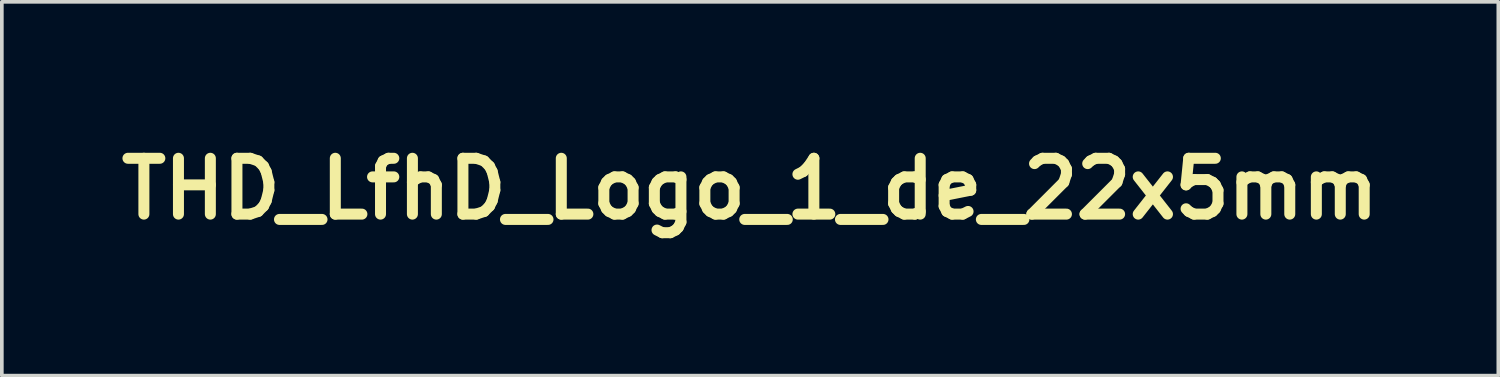
<source format=kicad_pcb>
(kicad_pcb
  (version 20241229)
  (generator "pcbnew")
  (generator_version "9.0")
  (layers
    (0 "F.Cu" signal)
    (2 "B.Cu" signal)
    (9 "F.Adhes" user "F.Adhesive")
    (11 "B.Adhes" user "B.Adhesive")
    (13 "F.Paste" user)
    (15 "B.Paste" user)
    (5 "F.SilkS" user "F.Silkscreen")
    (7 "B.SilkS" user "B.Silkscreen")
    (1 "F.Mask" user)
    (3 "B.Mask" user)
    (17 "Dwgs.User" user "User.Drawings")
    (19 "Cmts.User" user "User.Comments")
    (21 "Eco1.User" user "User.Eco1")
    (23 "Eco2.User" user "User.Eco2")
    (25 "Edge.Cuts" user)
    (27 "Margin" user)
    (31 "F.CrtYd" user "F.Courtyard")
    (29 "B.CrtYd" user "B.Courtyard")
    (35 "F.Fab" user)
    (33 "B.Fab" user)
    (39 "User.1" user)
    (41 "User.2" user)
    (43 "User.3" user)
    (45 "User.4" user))
  (footprint "THD_LfhD_Logo_1_de_22x5mm"
    (layer "F.Cu")
    (at 17.424 2.105)
    (property "Reference" "THD_LfhD_Logo_1_de_22x5mm" (at 0 0 0) (layer "F.SilkS") (effects (font (size 1.524 1.524) (thickness 0.3))))
    (attr through_hole)
    (fp_poly (pts (xy -9.457 1.022) (xy -9.364 1.033) (xy -9.364 1.88) (xy -9.457 1.89) (xy -9.55 1.901) (xy -9.55 1.012) (xy -9.457 1.022)) (stroke (width 0.01) (type solid)) (fill yes) (layer "F.Mask"))
    (fp_poly (pts (xy -5.563 1.022) (xy -5.469 1.033) (xy -5.46 1.465) (xy -5.451 1.897) (xy -5.656 1.897) (xy -5.656 1.012) (xy -5.563 1.022)) (stroke (width 0.01) (type solid)) (fill yes) (layer "F.Mask"))
    (fp_poly (pts (xy -4.411 1.022) (xy -4.318 1.033) (xy -4.309 1.465) (xy -4.299 1.897) (xy -4.504 1.897) (xy -4.504 1.012) (xy -4.411 1.022)) (stroke (width 0.01) (type solid)) (fill yes) (layer "F.Mask"))
    (fp_poly (pts (xy -6.198 1.693) (xy -5.757 1.693) (xy -5.757 1.897) (xy -6.384 1.897) (xy -6.37 1.033) (xy -6.284 1.022) (xy -6.198 1.012) (xy -6.198 1.693)) (stroke (width 0.01) (type solid)) (fill yes) (layer "F.Mask"))
    (fp_poly (pts (xy -1.196 -2.076) (xy -1.185 -2.032) (xy -1.209 -1.975) (xy -1.253 -1.964) (xy -1.31 -1.988) (xy -1.321 -2.032) (xy -1.297 -2.089) (xy -1.253 -2.1) (xy -1.196 -2.076)) (stroke (width 0.01) (type solid)) (fill yes) (layer "F.Mask"))
    (fp_poly (pts (xy -0.926 -2.076) (xy -0.914 -2.032) (xy -0.938 -1.975) (xy -0.982 -1.964) (xy -1.039 -1.988) (xy -1.05 -2.032) (xy -1.026 -2.089) (xy -0.982 -2.1) (xy -0.926 -2.076)) (stroke (width 0.01) (type solid)) (fill yes) (layer "F.Mask"))
    (fp_poly (pts (xy -8.17 1.022) (xy -8.077 1.033) (xy -8.067 1.389) (xy -8.064 1.586) (xy -8.067 1.725) (xy -8.079 1.816) (xy -8.103 1.868) (xy -8.139 1.892) (xy -8.179 1.897) (xy -8.263 1.897) (xy -8.263 1.012) (xy -8.17 1.022)) (stroke (width 0.01) (type solid)) (fill yes) (layer "F.Mask"))
    (fp_poly (pts (xy -7.214 1.118) (xy -7.219 1.183) (xy -7.248 1.212) (xy -7.32 1.219) (xy -7.349 1.219) (xy -7.485 1.219) (xy -7.485 1.897) (xy -7.654 1.897) (xy -7.654 1.219) (xy -7.789 1.219) (xy -7.876 1.215) (xy -7.915 1.193) (xy -7.925 1.139) (xy -7.925 1.118) (xy -7.925 1.016) (xy -7.214 1.016) (xy -7.214 1.118)) (stroke (width 0.01) (type solid)) (fill yes) (layer "F.Mask"))
    (fp_poly (pts (xy 2.167 2.066) (xy 1.591 2.066) (xy 1.364 2.064) (xy 1.198 2.06) (xy 1.087 2.052) (xy 1.022 2.04) (xy 0.998 2.024) (xy 0.995 1.982) (xy 0.992 1.88) (xy 0.99 1.723) (xy 0.989 1.518) (xy 0.988 1.272) (xy 0.988 0.991) (xy 0.989 0.682) (xy 0.99 0.351) (xy 0.99 0.271) (xy 0.999 -1.439) (xy 1.583 -1.449) (xy 2.167 -1.458) (xy 2.167 2.066)) (stroke (width 0.01) (type solid)) (fill yes) (layer "F.Mask"))
    (fp_poly (pts (xy 4.707 -1.693) (xy 2.743 -1.693) (xy 2.743 2.032) (xy 2.644 2.032) (xy 2.556 2.038) (xy 2.499 2.05) (xy 2.443 2.053) (xy 2.428 2.044) (xy 2.424 2.007) (xy 2.42 1.908) (xy 2.416 1.754) (xy 2.412 1.551) (xy 2.41 1.305) (xy 2.407 1.022) (xy 2.406 0.709) (xy 2.405 0.372) (xy 2.405 0.164) (xy 2.405 -1.693) (xy 0.44 -1.693) (xy 0.44 -2.032) (xy 4.707 -2.032) (xy 4.707 -1.693)) (stroke (width 0.01) (type solid)) (fill yes) (layer "F.Mask"))
    (fp_poly (pts (xy 6.426 0.025) (xy 6.418 2.083) (xy 6.298 2.093) (xy 6.212 2.093) (xy 6.157 2.081) (xy 6.154 2.079) (xy 6.148 2.04) (xy 6.142 1.942) (xy 6.137 1.795) (xy 6.133 1.606) (xy 6.131 1.386) (xy 6.13 1.143) (xy 6.13 1.13) (xy 6.13 0.205) (xy 5.563 0.196) (xy 4.995 0.186) (xy 4.985 0.025) (xy 4.975 -0.135) (xy 6.13 -0.135) (xy 6.13 -2.032) (xy 6.283 -2.032) (xy 6.435 -2.032) (xy 6.426 0.025)) (stroke (width 0.01) (type solid)) (fill yes) (layer "F.Mask"))
    (fp_poly (pts (xy -10.235 -0.403) (xy -10.205 -0.38) (xy -10.195 -0.321) (xy -10.194 -0.237) (xy -10.194 -0.068) (xy -9.855 -0.068) (xy -9.855 -0.237) (xy -9.852 -0.338) (xy -9.838 -0.388) (xy -9.805 -0.405) (xy -9.771 -0.406) (xy -9.686 -0.406) (xy -9.686 0.474) (xy -9.771 0.474) (xy -9.821 0.469) (xy -9.846 0.441) (xy -9.854 0.373) (xy -9.855 0.305) (xy -9.855 0.135) (xy -10.194 0.135) (xy -10.194 0.305) (xy -10.196 0.405) (xy -10.21 0.455) (xy -10.245 0.472) (xy -10.295 0.474) (xy -10.397 0.474) (xy -10.397 -0.406) (xy -10.295 -0.406) (xy -10.235 -0.403)) (stroke (width 0.01) (type solid)) (fill yes) (layer "F.Mask"))
    (fp_poly (pts (xy -1.295 -0.403) (xy -1.265 -0.38) (xy -1.254 -0.321) (xy -1.253 -0.237) (xy -1.253 -0.068) (xy -0.914 -0.068) (xy -0.914 -0.237) (xy -0.912 -0.338) (xy -0.898 -0.388) (xy -0.864 -0.405) (xy -0.83 -0.406) (xy -0.745 -0.406) (xy -0.745 0.474) (xy -0.83 0.474) (xy -0.88 0.469) (xy -0.905 0.441) (xy -0.914 0.373) (xy -0.914 0.305) (xy -0.914 0.135) (xy -1.253 0.135) (xy -1.253 0.305) (xy -1.255 0.405) (xy -1.269 0.455) (xy -1.304 0.472) (xy -1.355 0.474) (xy -1.456 0.474) (xy -1.456 -0.406) (xy -1.355 -0.406) (xy -1.295 -0.403)) (stroke (width 0.01) (type solid)) (fill yes) (layer "F.Mask"))
    (fp_poly (pts (xy -10.168 1.017) (xy -10.015 1.022) (xy -9.91 1.04) (xy -9.835 1.079) (xy -9.772 1.145) (xy -9.744 1.184) (xy -9.703 1.288) (xy -9.686 1.428) (xy -9.695 1.574) (xy -9.728 1.699) (xy -9.742 1.728) (xy -9.808 1.81) (xy -9.896 1.862) (xy -10.023 1.889) (xy -10.195 1.897) (xy -10.431 1.897) (xy -10.431 1.219) (xy -10.228 1.219) (xy -10.228 1.693) (xy -10.094 1.693) (xy -9.987 1.68) (xy -9.92 1.634) (xy -9.908 1.618) (xy -9.868 1.527) (xy -9.855 1.443) (xy -9.882 1.324) (xy -9.96 1.248) (xy -10.085 1.219) (xy -10.098 1.219) (xy -10.228 1.219) (xy -10.431 1.219) (xy -10.431 1.016) (xy -10.168 1.017)) (stroke (width 0.01) (type solid)) (fill yes) (layer "F.Mask"))
    (fp_poly (pts (xy -3.353 -0.203) (xy -3.59 -0.203) (xy -3.714 -0.201) (xy -3.786 -0.193) (xy -3.818 -0.174) (xy -3.827 -0.141) (xy -3.827 -0.135) (xy -3.82 -0.099) (xy -3.79 -0.078) (xy -3.72 -0.07) (xy -3.607 -0.068) (xy -3.387 -0.068) (xy -3.387 0.135) (xy -3.607 0.135) (xy -3.726 0.138) (xy -3.793 0.147) (xy -3.821 0.169) (xy -3.827 0.202) (xy -3.82 0.236) (xy -3.788 0.258) (xy -3.719 0.27) (xy -3.597 0.277) (xy -3.581 0.278) (xy -3.455 0.284) (xy -3.381 0.295) (xy -3.344 0.315) (xy -3.329 0.352) (xy -3.325 0.381) (xy -3.314 0.474) (xy -4.03 0.474) (xy -4.03 -0.406) (xy -3.353 -0.406) (xy -3.353 -0.203)) (stroke (width 0.01) (type solid)) (fill yes) (layer "F.Mask"))
    (fp_poly (pts (xy -1.636 -1.803) (xy -1.647 -1.752) (xy -1.674 -1.723) (xy -1.734 -1.709) (xy -1.843 -1.701) (xy -1.857 -1.7) (xy -1.973 -1.692) (xy -2.036 -1.677) (xy -2.062 -1.651) (xy -2.066 -1.624) (xy -2.057 -1.586) (xy -2.021 -1.566) (xy -1.941 -1.559) (xy -1.88 -1.558) (xy -1.773 -1.556) (xy -1.718 -1.545) (xy -1.697 -1.515) (xy -1.693 -1.458) (xy -1.693 -1.456) (xy -1.696 -1.398) (xy -1.717 -1.368) (xy -1.771 -1.356) (xy -1.877 -1.355) (xy -2.066 -1.355) (xy -2.066 -1.185) (xy -2.068 -1.085) (xy -2.082 -1.035) (xy -2.117 -1.018) (xy -2.167 -1.016) (xy -2.269 -1.016) (xy -2.269 -1.897) (xy -1.623 -1.897) (xy -1.636 -1.803)) (stroke (width 0.01) (type solid)) (fill yes) (layer "F.Mask"))
    (fp_poly (pts (xy -7.317 -0.397) (xy -7.187 -0.362) (xy -7.099 -0.294) (xy -7.038 -0.181) (xy -6.997 -0.032) (xy -6.997 0.1) (xy -7.038 0.243) (xy -7.11 0.365) (xy -7.137 0.394) (xy -7.19 0.435) (xy -7.251 0.459) (xy -7.338 0.471) (xy -7.473 0.474) (xy -7.489 0.474) (xy -7.755 0.474) (xy -7.755 -0.203) (xy -7.552 -0.203) (xy -7.552 0.271) (xy -7.419 0.271) (xy -7.314 0.257) (xy -7.238 0.222) (xy -7.233 0.218) (xy -7.194 0.139) (xy -7.181 0.03) (xy -7.195 -0.078) (xy -7.233 -0.15) (xy -7.304 -0.186) (xy -7.407 -0.203) (xy -7.419 -0.203) (xy -7.552 -0.203) (xy -7.755 -0.203) (xy -7.755 -0.406) (xy -7.5 -0.406) (xy -7.317 -0.397)) (stroke (width 0.01) (type solid)) (fill yes) (layer "F.Mask"))
    (fp_poly (pts (xy 7.343 -2.025) (xy 7.354 -2.025) (xy 7.874 -2.015) (xy 7.874 2.049) (xy 7.33 2.058) (xy 7.145 2.06) (xy 6.983 2.059) (xy 6.858 2.055) (xy 6.781 2.049) (xy 6.763 2.044) (xy 6.759 2.007) (xy 6.755 1.908) (xy 6.751 1.753) (xy 6.748 1.549) (xy 6.745 1.301) (xy 6.743 1.015) (xy 6.741 0.698) (xy 6.74 0.355) (xy 6.739 0.032) (xy 6.74 -0.394) (xy 6.74 -0.757) (xy 6.742 -1.062) (xy 6.744 -1.314) (xy 6.747 -1.518) (xy 6.751 -1.678) (xy 6.756 -1.8) (xy 6.762 -1.888) (xy 6.769 -1.946) (xy 6.778 -1.981) (xy 6.787 -1.995) (xy 6.838 -2.012) (xy 6.945 -2.023) (xy 7.112 -2.027) (xy 7.343 -2.025)) (stroke (width 0.01) (type solid)) (fill yes) (layer "F.Mask"))
    (fp_poly (pts (xy -3.091 -0.4) (xy -3.037 -0.384) (xy -2.986 -0.341) (xy -2.928 -0.258) (xy -2.862 -0.145) (xy -2.797 -0.032) (xy -2.742 0.054) (xy -2.707 0.098) (xy -2.701 0.101) (xy -2.689 0.07) (xy -2.68 -0.012) (xy -2.676 -0.129) (xy -2.675 -0.152) (xy -2.674 -0.282) (xy -2.668 -0.357) (xy -2.652 -0.394) (xy -2.621 -0.405) (xy -2.591 -0.406) (xy -2.506 -0.406) (xy -2.506 0.474) (xy -2.599 0.474) (xy -2.649 0.466) (xy -2.695 0.435) (xy -2.746 0.371) (xy -2.815 0.262) (xy -2.845 0.211) (xy -2.997 -0.051) (xy -3.007 0.212) (xy -3.013 0.344) (xy -3.023 0.422) (xy -3.04 0.46) (xy -3.071 0.473) (xy -3.1 0.474) (xy -3.183 0.474) (xy -3.183 -0.411) (xy -3.091 -0.4)) (stroke (width 0.01) (type solid)) (fill yes) (layer "F.Mask"))
    (fp_poly (pts (xy -2.269 1.314) (xy -2.265 1.481) (xy -2.25 1.592) (xy -2.218 1.657) (xy -2.166 1.687) (xy -2.1 1.693) (xy -2.025 1.684) (xy -1.976 1.65) (xy -1.947 1.58) (xy -1.933 1.463) (xy -1.93 1.314) (xy -1.93 1.172) (xy -1.925 1.084) (xy -1.913 1.037) (xy -1.889 1.019) (xy -1.85 1.016) (xy -1.846 1.016) (xy -1.761 1.016) (xy -1.761 1.373) (xy -1.762 1.534) (xy -1.767 1.641) (xy -1.778 1.711) (xy -1.8 1.758) (xy -1.834 1.798) (xy -1.851 1.813) (xy -1.959 1.875) (xy -2.095 1.899) (xy -2.232 1.886) (xy -2.336 1.836) (xy -2.402 1.743) (xy -2.445 1.586) (xy -2.468 1.366) (xy -2.471 1.245) (xy -2.472 1.016) (xy -2.269 1.016) (xy -2.269 1.314)) (stroke (width 0.01) (type solid)) (fill yes) (layer "F.Mask"))
    (fp_poly (pts (xy 4.7 0.22) (xy 4.701 0.551) (xy 4.702 0.864) (xy 4.702 1.15) (xy 4.701 1.404) (xy 4.7 1.618) (xy 4.697 1.786) (xy 4.695 1.9) (xy 4.691 1.954) (xy 4.691 1.956) (xy 4.682 1.984) (xy 4.664 2.004) (xy 4.628 2.018) (xy 4.564 2.026) (xy 4.46 2.03) (xy 4.309 2.032) (xy 4.115 2.032) (xy 3.909 2.032) (xy 3.761 2.03) (xy 3.661 2.026) (xy 3.598 2.017) (xy 3.564 2.003) (xy 3.547 1.982) (xy 3.539 1.956) (xy 3.535 1.908) (xy 3.532 1.798) (xy 3.53 1.635) (xy 3.529 1.425) (xy 3.528 1.175) (xy 3.527 0.891) (xy 3.528 0.581) (xy 3.53 0.251) (xy 3.53 0.22) (xy 3.539 -1.439) (xy 4.691 -1.439) (xy 4.7 0.22)) (stroke (width 0.01) (type solid)) (fill yes) (layer "F.Mask"))
    (fp_poly (pts (xy 0.102 -0.203) (xy -0.135 -0.203) (xy -0.26 -0.201) (xy -0.331 -0.193) (xy -0.364 -0.174) (xy -0.372 -0.141) (xy -0.373 -0.135) (xy -0.366 -0.099) (xy -0.335 -0.078) (xy -0.266 -0.07) (xy -0.152 -0.068) (xy 0.068 -0.068) (xy 0.068 0.135) (xy -0.152 0.135) (xy -0.272 0.138) (xy -0.338 0.147) (xy -0.367 0.168) (xy -0.373 0.203) (xy -0.366 0.239) (xy -0.337 0.259) (xy -0.271 0.269) (xy -0.153 0.271) (xy -0.138 0.271) (xy -0.012 0.273) (xy 0.063 0.283) (xy 0.101 0.305) (xy 0.118 0.338) (xy 0.129 0.396) (xy 0.111 0.435) (xy 0.055 0.459) (xy -0.049 0.471) (xy -0.21 0.474) (xy -0.239 0.474) (xy -0.576 0.474) (xy -0.576 -0.406) (xy 0.102 -0.406) (xy 0.102 -0.203)) (stroke (width 0.01) (type solid)) (fill yes) (layer "F.Mask"))
    (fp_poly (pts (xy -3.488 1.219) (xy -3.725 1.219) (xy -3.85 1.221) (xy -3.921 1.229) (xy -3.954 1.248) (xy -3.962 1.282) (xy -3.962 1.287) (xy -3.956 1.324) (xy -3.925 1.344) (xy -3.856 1.353) (xy -3.742 1.355) (xy -3.522 1.355) (xy -3.522 1.558) (xy -3.742 1.558) (xy -3.862 1.56) (xy -3.928 1.57) (xy -3.957 1.591) (xy -3.962 1.624) (xy -3.955 1.659) (xy -3.924 1.68) (xy -3.854 1.692) (xy -3.733 1.7) (xy -3.717 1.7) (xy -3.59 1.707) (xy -3.517 1.717) (xy -3.482 1.736) (xy -3.472 1.771) (xy -3.471 1.795) (xy -3.474 1.833) (xy -3.488 1.858) (xy -3.528 1.873) (xy -3.605 1.881) (xy -3.731 1.887) (xy -3.818 1.889) (xy -4.166 1.899) (xy -4.166 1.016) (xy -3.488 1.016) (xy -3.488 1.219)) (stroke (width 0.01) (type solid)) (fill yes) (layer "F.Mask"))
    (fp_poly (pts (xy -3.862 -1.867) (xy -3.731 -1.783) (xy -3.643 -1.648) (xy -3.623 -1.589) (xy -3.607 -1.416) (xy -3.649 -1.254) (xy -3.744 -1.12) (xy -3.762 -1.103) (xy -3.897 -1.031) (xy -4.051 -1.012) (xy -4.202 -1.045) (xy -4.298 -1.103) (xy -4.4 -1.231) (xy -4.45 -1.39) (xy -4.447 -1.479) (xy -4.267 -1.479) (xy -4.244 -1.343) (xy -4.174 -1.257) (xy -4.059 -1.22) (xy -4.03 -1.219) (xy -3.923 -1.233) (xy -3.856 -1.281) (xy -3.846 -1.294) (xy -3.8 -1.403) (xy -3.797 -1.517) (xy -3.838 -1.612) (xy -3.868 -1.641) (xy -3.982 -1.689) (xy -4.095 -1.686) (xy -4.191 -1.639) (xy -4.253 -1.555) (xy -4.267 -1.479) (xy -4.447 -1.479) (xy -4.444 -1.563) (xy -4.437 -1.589) (xy -4.366 -1.741) (xy -4.249 -1.844) (xy -4.093 -1.893) (xy -4.03 -1.897) (xy -3.862 -1.867)) (stroke (width 0.01) (type solid)) (fill yes) (layer "F.Mask"))
    (fp_poly (pts (xy -1.464 1.022) (xy -1.406 1.043) (xy -1.348 1.097) (xy -1.28 1.198) (xy -1.252 1.245) (xy -1.168 1.388) (xy -1.111 1.471) (xy -1.076 1.497) (xy -1.058 1.466) (xy -1.051 1.378) (xy -1.05 1.277) (xy -1.049 1.145) (xy -1.043 1.068) (xy -1.027 1.03) (xy -0.997 1.017) (xy -0.965 1.016) (xy -0.881 1.016) (xy -0.881 1.897) (xy -0.974 1.896) (xy -1.023 1.888) (xy -1.069 1.858) (xy -1.121 1.794) (xy -1.189 1.684) (xy -1.219 1.634) (xy -1.372 1.372) (xy -1.381 1.634) (xy -1.388 1.766) (xy -1.397 1.844) (xy -1.415 1.883) (xy -1.445 1.895) (xy -1.473 1.897) (xy -1.539 1.887) (xy -1.564 1.871) (xy -1.568 1.829) (xy -1.569 1.734) (xy -1.568 1.598) (xy -1.565 1.437) (xy -1.564 1.429) (xy -1.554 1.012) (xy -1.464 1.022)) (stroke (width 0.01) (type solid)) (fill yes) (layer "F.Mask"))
    (fp_poly (pts (xy -1.431 -1.89) (xy -1.386 -1.883) (xy -1.357 -1.863) (xy -1.342 -1.818) (xy -1.333 -1.733) (xy -1.328 -1.594) (xy -1.328 -1.593) (xy -1.318 -1.427) (xy -1.298 -1.317) (xy -1.265 -1.254) (xy -1.211 -1.225) (xy -1.154 -1.219) (xy -1.078 -1.228) (xy -1.028 -1.261) (xy -0.999 -1.331) (xy -0.985 -1.447) (xy -0.982 -1.599) (xy -0.981 -1.741) (xy -0.977 -1.829) (xy -0.964 -1.875) (xy -0.941 -1.893) (xy -0.902 -1.897) (xy -0.897 -1.897) (xy -0.813 -1.897) (xy -0.813 -1.539) (xy -0.814 -1.379) (xy -0.818 -1.271) (xy -0.83 -1.202) (xy -0.851 -1.154) (xy -0.886 -1.115) (xy -0.902 -1.099) (xy -1.011 -1.038) (xy -1.147 -1.013) (xy -1.283 -1.027) (xy -1.388 -1.076) (xy -1.453 -1.169) (xy -1.497 -1.324) (xy -1.519 -1.542) (xy -1.523 -1.67) (xy -1.524 -1.901) (xy -1.431 -1.89)) (stroke (width 0.01) (type solid)) (fill yes) (layer "F.Mask"))
    (fp_poly (pts (xy -4.865 1.034) (xy -4.763 1.086) (xy -4.694 1.16) (xy -4.674 1.228) (xy -4.702 1.274) (xy -4.756 1.287) (xy -4.828 1.274) (xy -4.86 1.253) (xy -4.905 1.23) (xy -4.987 1.219) (xy -4.997 1.219) (xy -5.083 1.235) (xy -5.115 1.271) (xy -5.09 1.312) (xy -5.021 1.339) (xy -4.847 1.393) (xy -4.719 1.469) (xy -4.643 1.561) (xy -4.626 1.662) (xy -4.637 1.702) (xy -4.712 1.814) (xy -4.837 1.878) (xy -4.989 1.897) (xy -5.103 1.888) (xy -5.184 1.856) (xy -5.252 1.798) (xy -5.329 1.708) (xy -5.348 1.653) (xy -5.309 1.633) (xy -5.241 1.64) (xy -5.079 1.671) (xy -4.969 1.687) (xy -4.899 1.689) (xy -4.861 1.681) (xy -4.825 1.645) (xy -4.838 1.6) (xy -4.889 1.565) (xy -4.933 1.558) (xy -5.024 1.541) (xy -5.13 1.498) (xy -5.226 1.441) (xy -5.288 1.385) (xy -5.296 1.37) (xy -5.315 1.252) (xy -5.272 1.14) (xy -5.247 1.105) (xy -5.189 1.048) (xy -5.118 1.022) (xy -5.014 1.016) (xy -4.865 1.034)) (stroke (width 0.01) (type solid)) (fill yes) (layer "F.Mask"))
    (fp_poly (pts (xy -8.683 1.024) (xy -8.603 1.054) (xy -8.532 1.115) (xy -8.458 1.199) (xy -8.438 1.257) (xy -8.47 1.302) (xy -8.504 1.323) (xy -8.566 1.341) (xy -8.624 1.313) (xy -8.65 1.29) (xy -8.757 1.227) (xy -8.867 1.222) (xy -8.963 1.268) (xy -9.029 1.359) (xy -9.05 1.458) (xy -9.025 1.574) (xy -8.945 1.652) (xy -8.815 1.69) (xy -8.751 1.693) (xy -8.656 1.685) (xy -8.608 1.665) (xy -8.613 1.641) (xy -8.678 1.622) (xy -8.695 1.619) (xy -8.768 1.595) (xy -8.797 1.531) (xy -8.799 1.516) (xy -8.802 1.464) (xy -8.786 1.436) (xy -8.736 1.425) (xy -8.637 1.422) (xy -8.604 1.422) (xy -8.399 1.422) (xy -8.399 1.543) (xy -8.408 1.644) (xy -8.431 1.723) (xy -8.433 1.727) (xy -8.507 1.803) (xy -8.626 1.862) (xy -8.769 1.894) (xy -8.825 1.897) (xy -8.933 1.885) (xy -9.021 1.842) (xy -9.088 1.785) (xy -9.191 1.65) (xy -9.237 1.502) (xy -9.231 1.354) (xy -9.177 1.22) (xy -9.081 1.11) (xy -8.945 1.038) (xy -8.798 1.016) (xy -8.683 1.024)) (stroke (width 0.01) (type solid)) (fill yes) (layer "F.Mask"))
    (fp_poly (pts (xy -8.17 -0.402) (xy -8.057 -0.385) (xy -7.984 -0.349) (xy -7.938 -0.288) (xy -7.911 -0.216) (xy -7.907 -0.12) (xy -7.939 -0.024) (xy -7.997 0.044) (xy -8.027 0.058) (xy -8.086 0.09) (xy -8.084 0.132) (xy -8.061 0.152) (xy -8.024 0.19) (xy -7.965 0.265) (xy -7.924 0.323) (xy -7.82 0.474) (xy -7.932 0.474) (xy -8.004 0.465) (xy -8.064 0.429) (xy -8.133 0.353) (xy -8.162 0.313) (xy -8.244 0.219) (xy -8.32 0.157) (xy -8.357 0.142) (xy -8.402 0.141) (xy -8.424 0.167) (xy -8.432 0.235) (xy -8.433 0.302) (xy -8.435 0.404) (xy -8.448 0.454) (xy -8.483 0.472) (xy -8.534 0.474) (xy -8.636 0.474) (xy -8.636 -0.135) (xy -8.433 -0.135) (xy -8.424 -0.095) (xy -8.386 -0.075) (xy -8.303 -0.068) (xy -8.263 -0.068) (xy -8.162 -0.071) (xy -8.111 -0.086) (xy -8.095 -0.12) (xy -8.094 -0.135) (xy -8.103 -0.176) (xy -8.141 -0.196) (xy -8.224 -0.203) (xy -8.263 -0.203) (xy -8.365 -0.2) (xy -8.416 -0.184) (xy -8.432 -0.151) (xy -8.433 -0.135) (xy -8.636 -0.135) (xy -8.636 -0.406) (xy -8.336 -0.406) (xy -8.17 -0.402)) (stroke (width 0.01) (type solid)) (fill yes) (layer "F.Mask"))
    (fp_poly (pts (xy -5.394 -0.386) (xy -5.36 -0.369) (xy -5.327 -0.329) (xy -5.288 -0.254) (xy -5.237 -0.136) (xy -5.175 0.015) (xy -5.114 0.169) (xy -5.063 0.301) (xy -5.028 0.397) (xy -5.013 0.445) (xy -5.012 0.447) (xy -5.042 0.466) (xy -5.111 0.474) (xy -5.185 0.462) (xy -5.222 0.412) (xy -5.232 0.373) (xy -5.251 0.312) (xy -5.283 0.282) (xy -5.351 0.272) (xy -5.424 0.271) (xy -5.527 0.274) (xy -5.584 0.292) (xy -5.617 0.335) (xy -5.632 0.373) (xy -5.676 0.448) (xy -5.742 0.473) (xy -5.765 0.474) (xy -5.833 0.471) (xy -5.858 0.466) (xy -5.847 0.433) (xy -5.815 0.348) (xy -5.768 0.225) (xy -5.711 0.073) (xy -5.695 0.034) (xy -5.692 0.025) (xy -5.513 0.025) (xy -5.509 0.059) (xy -5.466 0.068) (xy -5.433 0.068) (xy -5.372 0.059) (xy -5.362 0.021) (xy -5.369 -0.008) (xy -5.406 -0.096) (xy -5.443 -0.116) (xy -5.479 -0.069) (xy -5.485 -0.054) (xy -5.513 0.025) (xy -5.692 0.025) (xy -5.629 -0.137) (xy -5.58 -0.254) (xy -5.543 -0.328) (xy -5.511 -0.369) (xy -5.478 -0.386) (xy -5.439 -0.389) (xy -5.436 -0.389) (xy -5.394 -0.386)) (stroke (width 0.01) (type solid)) (fill yes) (layer "F.Mask"))
    (fp_poly (pts (xy -4.444 -0.402) (xy -4.331 -0.385) (xy -4.259 -0.349) (xy -4.213 -0.288) (xy -4.186 -0.216) (xy -4.182 -0.12) (xy -4.214 -0.024) (xy -4.271 0.044) (xy -4.301 0.058) (xy -4.356 0.079) (xy -4.369 0.091) (xy -4.35 0.123) (xy -4.301 0.193) (xy -4.25 0.261) (xy -4.174 0.366) (xy -4.14 0.43) (xy -4.149 0.463) (xy -4.198 0.474) (xy -4.225 0.474) (xy -4.293 0.459) (xy -4.36 0.407) (xy -4.437 0.313) (xy -4.519 0.219) (xy -4.595 0.157) (xy -4.632 0.142) (xy -4.676 0.141) (xy -4.699 0.167) (xy -4.707 0.235) (xy -4.707 0.302) (xy -4.71 0.404) (xy -4.723 0.454) (xy -4.758 0.472) (xy -4.809 0.474) (xy -4.911 0.474) (xy -4.911 -0.135) (xy -4.707 -0.135) (xy -4.699 -0.095) (xy -4.661 -0.075) (xy -4.577 -0.068) (xy -4.538 -0.068) (xy -4.437 -0.071) (xy -4.386 -0.086) (xy -4.37 -0.12) (xy -4.369 -0.135) (xy -4.378 -0.176) (xy -4.416 -0.196) (xy -4.499 -0.203) (xy -4.538 -0.203) (xy -4.64 -0.2) (xy -4.69 -0.184) (xy -4.707 -0.151) (xy -4.707 -0.135) (xy -4.911 -0.135) (xy -4.911 -0.406) (xy -4.611 -0.406) (xy -4.444 -0.402)) (stroke (width 0.01) (type solid)) (fill yes) (layer "F.Mask"))
    (fp_poly (pts (xy -3.022 -1.892) (xy -2.909 -1.875) (xy -2.836 -1.839) (xy -2.79 -1.778) (xy -2.763 -1.706) (xy -2.759 -1.61) (xy -2.792 -1.515) (xy -2.849 -1.446) (xy -2.879 -1.432) (xy -2.934 -1.413) (xy -2.946 -1.402) (xy -2.928 -1.37) (xy -2.879 -1.302) (xy -2.828 -1.234) (xy -2.751 -1.127) (xy -2.717 -1.062) (xy -2.727 -1.028) (xy -2.778 -1.017) (xy -2.803 -1.016) (xy -2.87 -1.031) (xy -2.938 -1.083) (xy -3.015 -1.177) (xy -3.096 -1.272) (xy -3.173 -1.334) (xy -3.209 -1.349) (xy -3.254 -1.349) (xy -3.277 -1.323) (xy -3.284 -1.255) (xy -3.285 -1.188) (xy -3.287 -1.087) (xy -3.3 -1.036) (xy -3.335 -1.018) (xy -3.387 -1.016) (xy -3.488 -1.016) (xy -3.488 -1.626) (xy -3.285 -1.626) (xy -3.276 -1.585) (xy -3.238 -1.565) (xy -3.155 -1.558) (xy -3.116 -1.558) (xy -3.014 -1.561) (xy -2.964 -1.577) (xy -2.947 -1.61) (xy -2.946 -1.626) (xy -2.955 -1.666) (xy -2.993 -1.686) (xy -3.077 -1.693) (xy -3.116 -1.693) (xy -3.217 -1.69) (xy -3.268 -1.675) (xy -3.284 -1.641) (xy -3.285 -1.626) (xy -3.488 -1.626) (xy -3.488 -1.897) (xy -3.189 -1.897) (xy -3.022 -1.892)) (stroke (width 0.01) (type solid)) (fill yes) (layer "F.Mask"))
    (fp_poly (pts (xy -2.885 1.021) (xy -2.771 1.039) (xy -2.697 1.077) (xy -2.652 1.141) (xy -2.624 1.228) (xy -2.624 1.32) (xy -2.658 1.41) (xy -2.714 1.474) (xy -2.761 1.49) (xy -2.798 1.495) (xy -2.804 1.518) (xy -2.777 1.569) (xy -2.711 1.659) (xy -2.692 1.683) (xy -2.616 1.789) (xy -2.582 1.852) (xy -2.591 1.885) (xy -2.641 1.896) (xy -2.667 1.897) (xy -2.735 1.882) (xy -2.802 1.83) (xy -2.879 1.736) (xy -2.961 1.641) (xy -3.037 1.579) (xy -3.074 1.564) (xy -3.119 1.564) (xy -3.141 1.589) (xy -3.149 1.657) (xy -3.15 1.725) (xy -3.152 1.826) (xy -3.165 1.877) (xy -3.2 1.894) (xy -3.251 1.897) (xy -3.353 1.897) (xy -3.353 1.287) (xy -3.15 1.287) (xy -3.141 1.328) (xy -3.103 1.348) (xy -3.019 1.354) (xy -2.98 1.355) (xy -2.879 1.351) (xy -2.828 1.336) (xy -2.812 1.303) (xy -2.811 1.287) (xy -2.82 1.246) (xy -2.858 1.226) (xy -2.941 1.219) (xy -2.98 1.219) (xy -3.082 1.223) (xy -3.132 1.238) (xy -3.149 1.271) (xy -3.15 1.287) (xy -3.353 1.287) (xy -3.353 1.016) (xy -3.053 1.016) (xy -2.885 1.021)) (stroke (width 0.01) (type solid)) (fill yes) (layer "F.Mask"))
    (fp_poly (pts (xy -0.183 1.023) (xy -0.102 1.049) (xy -0.03 1.105) (xy -0.027 1.107) (xy 0.047 1.194) (xy 0.062 1.259) (xy 0.017 1.31) (xy -0.003 1.323) (xy -0.064 1.341) (xy -0.111 1.308) (xy -0.124 1.29) (xy -0.199 1.235) (xy -0.306 1.22) (xy -0.418 1.245) (xy -0.467 1.272) (xy -0.527 1.351) (xy -0.543 1.457) (xy -0.514 1.563) (xy -0.468 1.624) (xy -0.402 1.661) (xy -0.312 1.686) (xy -0.217 1.696) (xy -0.14 1.69) (xy -0.103 1.666) (xy -0.102 1.659) (xy -0.131 1.636) (xy -0.202 1.626) (xy -0.205 1.626) (xy -0.277 1.619) (xy -0.301 1.585) (xy -0.299 1.532) (xy -0.288 1.48) (xy -0.26 1.451) (xy -0.197 1.437) (xy -0.091 1.429) (xy 0.105 1.419) (xy 0.095 1.58) (xy 0.082 1.687) (xy 0.049 1.754) (xy -0.019 1.812) (xy -0.03 1.819) (xy -0.177 1.881) (xy -0.341 1.893) (xy -0.496 1.854) (xy -0.516 1.844) (xy -0.608 1.771) (xy -0.675 1.66) (xy -0.713 1.55) (xy -0.727 1.39) (xy -0.672 1.237) (xy -0.592 1.132) (xy -0.519 1.062) (xy -0.45 1.028) (xy -0.356 1.017) (xy -0.303 1.016) (xy -0.183 1.023)) (stroke (width 0.01) (type solid)) (fill yes) (layer "F.Mask"))
    (fp_poly (pts (xy -0.177 -1.892) (xy -0.064 -1.875) (xy 0.008 -1.839) (xy 0.054 -1.778) (xy 0.082 -1.706) (xy 0.086 -1.61) (xy 0.053 -1.515) (xy -0.004 -1.446) (xy -0.034 -1.432) (xy -0.089 -1.413) (xy -0.102 -1.402) (xy -0.083 -1.37) (xy -0.034 -1.302) (xy 0.017 -1.234) (xy 0.094 -1.127) (xy 0.127 -1.062) (xy 0.118 -1.028) (xy 0.066 -1.017) (xy 0.042 -1.016) (xy -0.026 -1.031) (xy -0.093 -1.083) (xy -0.17 -1.177) (xy -0.251 -1.272) (xy -0.328 -1.334) (xy -0.364 -1.349) (xy -0.409 -1.349) (xy -0.432 -1.323) (xy -0.44 -1.255) (xy -0.44 -1.188) (xy -0.442 -1.087) (xy -0.456 -1.036) (xy -0.49 -1.018) (xy -0.542 -1.016) (xy -0.643 -1.016) (xy -0.643 -1.626) (xy -0.44 -1.626) (xy -0.431 -1.585) (xy -0.394 -1.565) (xy -0.31 -1.558) (xy -0.271 -1.558) (xy -0.169 -1.561) (xy -0.119 -1.577) (xy -0.102 -1.61) (xy -0.102 -1.626) (xy -0.111 -1.666) (xy -0.148 -1.686) (xy -0.232 -1.693) (xy -0.271 -1.693) (xy -0.372 -1.69) (xy -0.423 -1.675) (xy -0.44 -1.641) (xy -0.44 -1.626) (xy -0.643 -1.626) (xy -0.643 -1.897) (xy -0.344 -1.897) (xy -0.177 -1.892)) (stroke (width 0.01) (type solid)) (fill yes) (layer "F.Mask"))
    (fp_poly (pts (xy -9.117 -0.386) (xy -9.083 -0.37) (xy -9.051 -0.331) (xy -9.013 -0.259) (xy -8.963 -0.143) (xy -8.899 0.016) (xy -8.838 0.171) (xy -8.788 0.302) (xy -8.753 0.398) (xy -8.738 0.446) (xy -8.738 0.448) (xy -8.767 0.467) (xy -8.832 0.474) (xy -8.907 0.458) (xy -8.954 0.397) (xy -8.964 0.373) (xy -8.995 0.31) (xy -9.038 0.28) (xy -9.118 0.271) (xy -9.161 0.271) (xy -9.26 0.275) (xy -9.314 0.296) (xy -9.346 0.345) (xy -9.358 0.373) (xy -9.401 0.448) (xy -9.467 0.473) (xy -9.49 0.474) (xy -9.558 0.471) (xy -9.584 0.466) (xy -9.572 0.433) (xy -9.541 0.348) (xy -9.494 0.225) (xy -9.436 0.073) (xy -9.426 0.048) (xy -9.234 0.048) (xy -9.196 0.067) (xy -9.163 0.068) (xy -9.098 0.064) (xy -9.076 0.056) (xy -9.086 0.019) (xy -9.111 -0.055) (xy -9.115 -0.067) (xy -9.145 -0.132) (xy -9.172 -0.138) (xy -9.202 -0.081) (xy -9.227 -0.008) (xy -9.234 0.048) (xy -9.426 0.048) (xy -9.421 0.034) (xy -9.355 -0.137) (xy -9.306 -0.254) (xy -9.269 -0.328) (xy -9.237 -0.369) (xy -9.204 -0.386) (xy -9.164 -0.389) (xy -9.159 -0.389) (xy -9.117 -0.386)) (stroke (width 0.01) (type solid)) (fill yes) (layer "F.Mask"))
    (fp_poly (pts (xy -6.886 1.036) (xy -6.851 1.052) (xy -6.818 1.092) (xy -6.78 1.165) (xy -6.729 1.282) (xy -6.666 1.437) (xy -6.604 1.591) (xy -6.553 1.723) (xy -6.518 1.819) (xy -6.503 1.867) (xy -6.502 1.869) (xy -6.532 1.89) (xy -6.59 1.897) (xy -6.663 1.878) (xy -6.71 1.81) (xy -6.716 1.795) (xy -6.745 1.733) (xy -6.788 1.703) (xy -6.865 1.694) (xy -6.918 1.693) (xy -7.018 1.697) (xy -7.073 1.716) (xy -7.104 1.761) (xy -7.117 1.795) (xy -7.157 1.869) (xy -7.22 1.895) (xy -7.251 1.897) (xy -7.321 1.894) (xy -7.349 1.888) (xy -7.338 1.854) (xy -7.306 1.77) (xy -7.26 1.646) (xy -7.202 1.495) (xy -7.193 1.47) (xy -6.999 1.47) (xy -6.961 1.489) (xy -6.928 1.49) (xy -6.863 1.486) (xy -6.841 1.478) (xy -6.851 1.442) (xy -6.876 1.367) (xy -6.88 1.356) (xy -6.909 1.29) (xy -6.937 1.285) (xy -6.967 1.341) (xy -6.992 1.414) (xy -6.999 1.47) (xy -7.193 1.47) (xy -7.188 1.456) (xy -7.122 1.285) (xy -7.073 1.168) (xy -7.036 1.094) (xy -7.004 1.054) (xy -6.971 1.037) (xy -6.931 1.033) (xy -6.927 1.033) (xy -6.886 1.036)) (stroke (width 0.01) (type solid)) (fill yes) (layer "F.Mask"))
    (fp_poly (pts (xy -1.938 -0.386) (xy -1.904 -0.37) (xy -1.871 -0.331) (xy -1.833 -0.259) (xy -1.783 -0.143) (xy -1.719 0.016) (xy -1.659 0.171) (xy -1.608 0.302) (xy -1.573 0.398) (xy -1.558 0.446) (xy -1.558 0.448) (xy -1.587 0.467) (xy -1.652 0.474) (xy -1.728 0.458) (xy -1.775 0.397) (xy -1.785 0.373) (xy -1.815 0.31) (xy -1.858 0.28) (xy -1.938 0.271) (xy -1.981 0.271) (xy -2.08 0.275) (xy -2.134 0.296) (xy -2.167 0.345) (xy -2.178 0.373) (xy -2.221 0.448) (xy -2.288 0.473) (xy -2.31 0.474) (xy -2.378 0.471) (xy -2.404 0.466) (xy -2.392 0.433) (xy -2.361 0.348) (xy -2.314 0.225) (xy -2.256 0.073) (xy -2.246 0.048) (xy -2.054 0.048) (xy -2.017 0.067) (xy -1.983 0.068) (xy -1.919 0.064) (xy -1.897 0.056) (xy -1.907 0.019) (xy -1.931 -0.055) (xy -1.935 -0.067) (xy -1.965 -0.132) (xy -1.992 -0.138) (xy -2.023 -0.081) (xy -2.047 -0.008) (xy -2.054 0.048) (xy -2.246 0.048) (xy -2.241 0.034) (xy -2.175 -0.137) (xy -2.126 -0.254) (xy -2.089 -0.328) (xy -2.057 -0.369) (xy -2.024 -0.386) (xy -1.984 -0.389) (xy -1.98 -0.389) (xy -1.938 -0.386)) (stroke (width 0.01) (type solid)) (fill yes) (layer "F.Mask"))
    (fp_poly (pts (xy -4.866 -1.894) (xy -4.766 -1.885) (xy -4.704 -1.867) (xy -4.664 -1.837) (xy -4.662 -1.835) (xy -4.62 -1.753) (xy -4.607 -1.652) (xy -4.624 -1.563) (xy -4.643 -1.534) (xy -4.657 -1.489) (xy -4.622 -1.419) (xy -4.607 -1.398) (xy -4.556 -1.299) (xy -4.557 -1.207) (xy -4.592 -1.123) (xy -4.654 -1.067) (xy -4.754 -1.033) (xy -4.903 -1.018) (xy -5.02 -1.016) (xy -5.317 -1.016) (xy -5.317 -1.287) (xy -5.114 -1.287) (xy -5.107 -1.246) (xy -5.076 -1.226) (xy -5.005 -1.223) (xy -4.936 -1.226) (xy -4.824 -1.238) (xy -4.769 -1.261) (xy -4.758 -1.287) (xy -4.779 -1.32) (xy -4.848 -1.34) (xy -4.936 -1.348) (xy -5.04 -1.351) (xy -5.093 -1.342) (xy -5.112 -1.314) (xy -5.114 -1.287) (xy -5.317 -1.287) (xy -5.317 -1.626) (xy -5.114 -1.626) (xy -5.105 -1.585) (xy -5.067 -1.565) (xy -4.984 -1.558) (xy -4.945 -1.558) (xy -4.843 -1.561) (xy -4.792 -1.577) (xy -4.776 -1.61) (xy -4.775 -1.626) (xy -4.784 -1.666) (xy -4.822 -1.686) (xy -4.905 -1.693) (xy -4.945 -1.693) (xy -5.046 -1.69) (xy -5.097 -1.675) (xy -5.113 -1.641) (xy -5.114 -1.626) (xy -5.317 -1.626) (xy -5.317 -1.897) (xy -5.018 -1.897) (xy -4.866 -1.894)) (stroke (width 0.01) (type solid)) (fill yes) (layer "F.Mask"))
    (fp_poly (pts (xy 8.364 -2.018) (xy 8.522 -1.981) (xy 8.701 -1.927) (xy 8.883 -1.862) (xy 9.046 -1.792) (xy 9.093 -1.769) (xy 9.332 -1.616) (xy 9.563 -1.417) (xy 9.77 -1.188) (xy 9.933 -0.948) (xy 9.973 -0.874) (xy 10.061 -0.681) (xy 10.12 -0.512) (xy 10.157 -0.338) (xy 10.179 -0.133) (xy 10.184 -0.051) (xy 10.171 0.292) (xy 10.095 0.625) (xy 9.96 0.942) (xy 9.771 1.235) (xy 9.533 1.497) (xy 9.25 1.721) (xy 8.994 1.867) (xy 8.882 1.917) (xy 8.789 1.952) (xy 8.738 1.964) (xy 8.67 1.981) (xy 8.651 1.994) (xy 8.603 2.012) (xy 8.508 2.029) (xy 8.39 2.043) (xy 8.162 2.063) (xy 8.162 1.772) (xy 8.357 1.728) (xy 8.615 1.662) (xy 8.824 1.59) (xy 9.001 1.501) (xy 9.166 1.389) (xy 9.282 1.292) (xy 9.511 1.048) (xy 9.683 0.774) (xy 9.797 0.478) (xy 9.852 0.168) (xy 9.847 -0.148) (xy 9.782 -0.463) (xy 9.656 -0.768) (xy 9.528 -0.974) (xy 9.333 -1.199) (xy 9.094 -1.395) (xy 8.89 -1.516) (xy 8.746 -1.577) (xy 8.581 -1.632) (xy 8.421 -1.673) (xy 8.291 -1.693) (xy 8.267 -1.693) (xy 8.205 -1.697) (xy 8.174 -1.719) (xy 8.163 -1.777) (xy 8.162 -1.863) (xy 8.165 -1.963) (xy 8.179 -2.013) (xy 8.213 -2.03) (xy 8.247 -2.032) (xy 8.364 -2.018)) (stroke (width 0.01) (type solid)) (fill yes) (layer "F.Mask"))
    (fp_poly (pts (xy -6.739 -1.219) (xy -6.519 -1.219) (xy -6.401 -1.218) (xy -6.335 -1.21) (xy -6.306 -1.188) (xy -6.299 -1.148) (xy -6.299 -1.128) (xy -6.294 -1.071) (xy -6.276 -1.065) (xy -6.244 -1.112) (xy -6.196 -1.216) (xy -6.131 -1.378) (xy -6.097 -1.465) (xy -5.919 -1.465) (xy -5.916 -1.431) (xy -5.873 -1.423) (xy -5.84 -1.422) (xy -5.778 -1.431) (xy -5.768 -1.469) (xy -5.776 -1.499) (xy -5.813 -1.586) (xy -5.849 -1.606) (xy -5.885 -1.559) (xy -5.892 -1.544) (xy -5.919 -1.465) (xy -6.097 -1.465) (xy -6.088 -1.49) (xy -6.026 -1.653) (xy -5.98 -1.763) (xy -5.945 -1.83) (xy -5.913 -1.865) (xy -5.878 -1.878) (xy -5.841 -1.88) (xy -5.799 -1.877) (xy -5.765 -1.861) (xy -5.732 -1.822) (xy -5.694 -1.75) (xy -5.645 -1.635) (xy -5.58 -1.474) (xy -5.519 -1.32) (xy -5.469 -1.188) (xy -5.434 -1.092) (xy -5.419 -1.044) (xy -5.419 -1.042) (xy -5.448 -1.024) (xy -5.518 -1.016) (xy -5.592 -1.028) (xy -5.628 -1.078) (xy -5.639 -1.118) (xy -5.657 -1.178) (xy -5.69 -1.208) (xy -5.758 -1.218) (xy -5.831 -1.219) (xy -5.933 -1.216) (xy -5.99 -1.198) (xy -6.023 -1.156) (xy -6.039 -1.118) (xy -6.077 -1.016) (xy -6.501 -1.016) (xy -6.926 -1.016) (xy -6.919 -1.448) (xy -6.912 -1.88) (xy -6.826 -1.89) (xy -6.739 -1.901) (xy -6.739 -1.219)) (stroke (width 0.01) (type solid)) (fill yes) (layer "F.Mask"))
    (fp_poly (pts (xy -6.184 -0.133) (xy -6.154 -0.012) (xy -6.126 0.077) (xy -6.106 0.118) (xy -6.101 0.118) (xy -6.084 0.076) (xy -6.059 -0.013) (xy -6.031 -0.133) (xy -6.028 -0.147) (xy -6 -0.272) (xy -5.975 -0.346) (xy -5.945 -0.383) (xy -5.902 -0.398) (xy -5.884 -0.4) (xy -5.814 -0.396) (xy -5.791 -0.371) (xy -5.799 -0.327) (xy -5.819 -0.234) (xy -5.848 -0.106) (xy -5.883 0.041) (xy -5.919 0.189) (xy -5.953 0.325) (xy -5.981 0.432) (xy -6.019 0.462) (xy -6.094 0.474) (xy -6.137 0.473) (xy -6.169 0.464) (xy -6.194 0.436) (xy -6.218 0.377) (xy -6.247 0.279) (xy -6.284 0.129) (xy -6.301 0.059) (xy -6.332 -0.035) (xy -6.364 -0.092) (xy -6.389 -0.103) (xy -6.401 -0.059) (xy -6.401 -0.052) (xy -6.411 0.009) (xy -6.436 0.104) (xy -6.448 0.143) (xy -6.483 0.256) (xy -6.511 0.359) (xy -6.516 0.381) (xy -6.545 0.449) (xy -6.605 0.473) (xy -6.64 0.474) (xy -6.716 0.462) (xy -6.755 0.432) (xy -6.768 0.382) (xy -6.791 0.283) (xy -6.821 0.151) (xy -6.839 0.073) (xy -6.872 -0.074) (xy -6.902 -0.206) (xy -6.924 -0.3) (xy -6.93 -0.327) (xy -6.938 -0.386) (xy -6.908 -0.404) (xy -6.854 -0.401) (xy -6.803 -0.39) (xy -6.769 -0.364) (xy -6.744 -0.307) (xy -6.72 -0.205) (xy -6.707 -0.144) (xy -6.681 -0.026) (xy -6.656 0.061) (xy -6.638 0.101) (xy -6.637 0.102) (xy -6.617 0.072) (xy -6.587 -0.006) (xy -6.555 -0.11) (xy -6.522 -0.226) (xy -6.495 -0.319) (xy -6.483 -0.364) (xy -6.444 -0.393) (xy -6.367 -0.406) (xy -6.358 -0.406) (xy -6.246 -0.406) (xy -6.184 -0.133)) (stroke (width 0.01) (type solid)) (fill yes) (layer "F.Mask")))
  (gr_rect
    (start -3 -3)
    (end 37.849 7.203)
    (stroke (width 0.1) (type default))
    (fill no)
    (layer "Edge.Cuts")))
</source>
